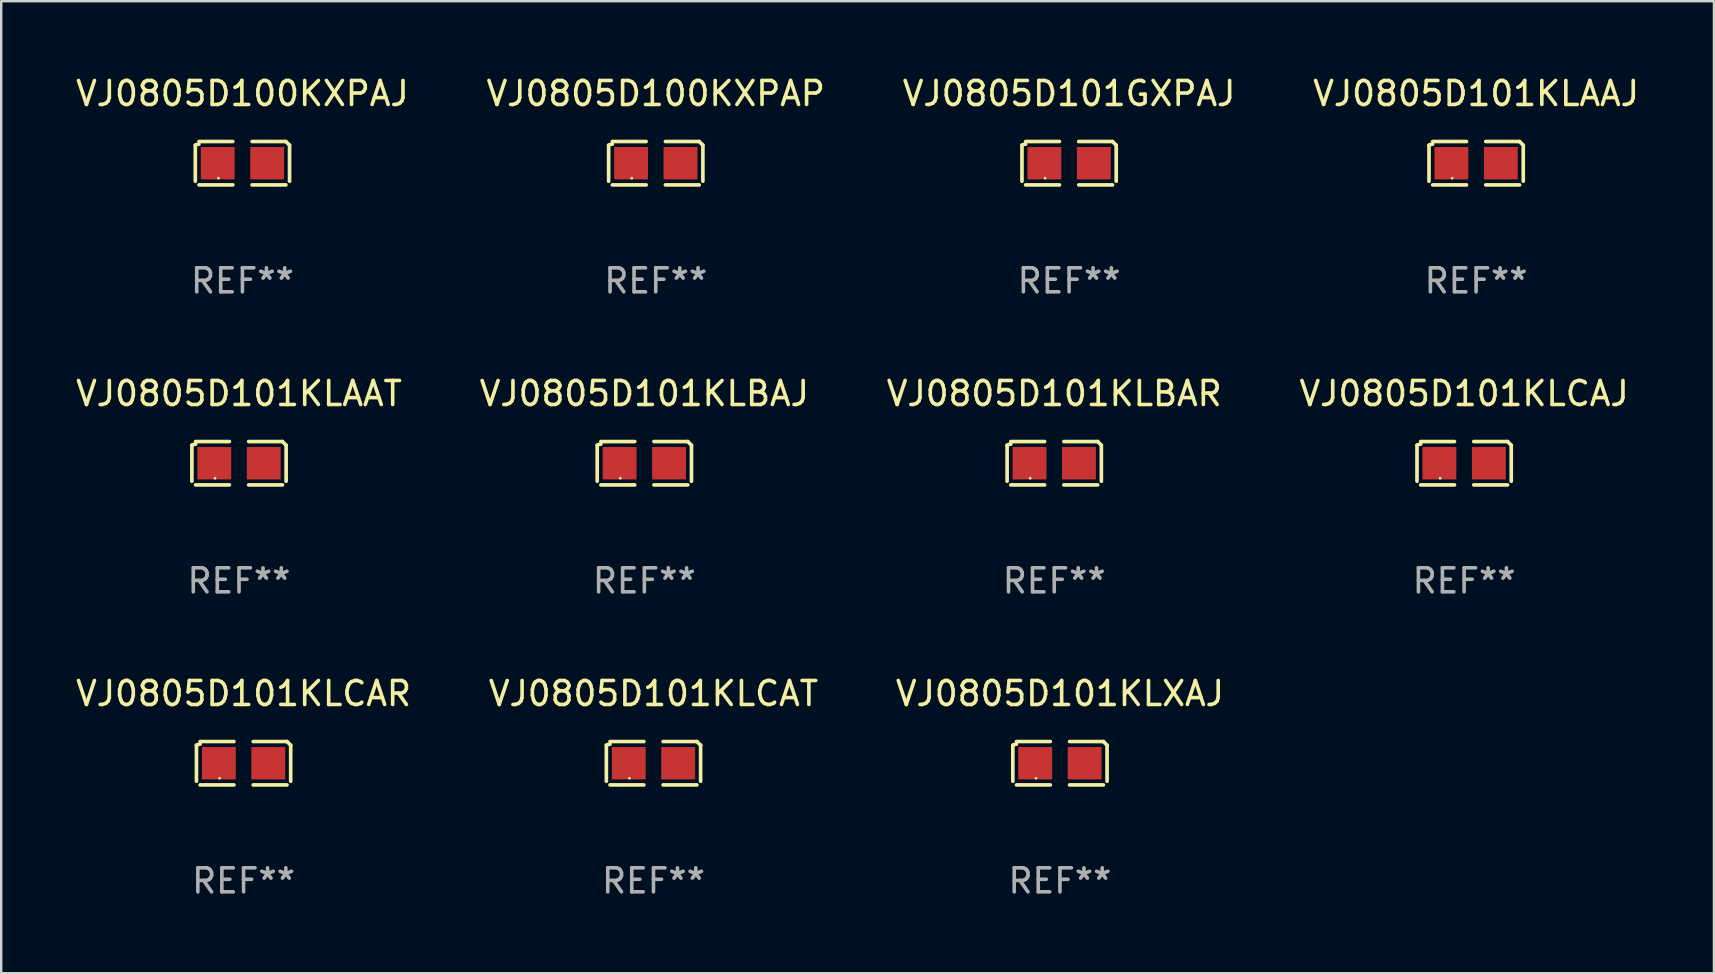
<source format=kicad_pcb>
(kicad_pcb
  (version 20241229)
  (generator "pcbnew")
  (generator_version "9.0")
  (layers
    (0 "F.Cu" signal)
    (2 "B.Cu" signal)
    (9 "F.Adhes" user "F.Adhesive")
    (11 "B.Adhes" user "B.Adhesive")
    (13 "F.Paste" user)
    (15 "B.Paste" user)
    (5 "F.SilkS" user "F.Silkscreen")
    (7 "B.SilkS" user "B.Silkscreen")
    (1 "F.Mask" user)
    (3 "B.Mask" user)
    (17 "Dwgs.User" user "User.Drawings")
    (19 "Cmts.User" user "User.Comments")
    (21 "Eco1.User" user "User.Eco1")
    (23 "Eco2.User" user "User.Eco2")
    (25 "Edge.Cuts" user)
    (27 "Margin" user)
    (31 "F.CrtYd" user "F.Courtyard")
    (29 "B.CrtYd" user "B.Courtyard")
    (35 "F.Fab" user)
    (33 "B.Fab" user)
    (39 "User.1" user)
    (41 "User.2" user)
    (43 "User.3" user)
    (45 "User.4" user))
  (footprint "VJ0805D101KLCAR"
    (layer "F.Cu")
    (at 7.101 28.759)
    (property "Reference" "VJ0805D101KLCAR" (at 0 -2.904 0) (layer "F.SilkS") (effects (font (size 1 1) (thickness 0.15))))
    (attr through_hole)
    (fp_line (start -1.964 0.751) (end -1.964 -0.751) (stroke (width 0.152) (type solid)) (layer "F.SilkS"))
    (fp_line (start -1.811 -0.904) (end -0.401 -0.904) (stroke (width 0.152) (type solid)) (layer "F.SilkS"))
    (fp_line (start -0.401 0.904) (end -1.811 0.904) (stroke (width 0.152) (type solid)) (layer "F.SilkS"))
    (fp_line (start 0.401 0.904) (end 1.811 0.904) (stroke (width 0.152) (type solid)) (layer "F.SilkS"))
    (fp_line (start 1.811 -0.904) (end 0.401 -0.904) (stroke (width 0.152) (type solid)) (layer "F.SilkS"))
    (fp_line (start 1.964 0.751) (end 1.964 -0.751) (stroke (width 0.152) (type solid)) (layer "F.SilkS"))
    (fp_arc (start -1.963602 -0.751207) (mid -1.890354 -0.783131) (end -1.811201 -0.794044) (stroke (width 0.1524) (type solid)) (layer "F.SilkS"))
    (fp_arc (start 1.811202 -0.903607) (mid 1.887413 -0.827418) (end 1.963602 -0.751207) (stroke (width 0.1524) (type solid)) (layer "F.SilkS"))
    (fp_circle (center -1 0.625) (end -0.97 0.625) (stroke (width 0.06) (type solid)) (fill no) (layer "F.SilkS"))
    (fp_text user "REF**" (at 0 4.904 0) (layer "F.Fab") (effects (font (size 1 1) (thickness 0.15))))
    (pad "1" smd rect (at -1.03 0) (size 1.41 1.35) (layers "F.Cu" "F.Mask" "F.Paste"))
    (pad "2" smd rect (at 1.03 0) (size 1.41 1.35) (layers "F.Cu" "F.Mask" "F.Paste")))
  (footprint "VJ0805D101KLCAJ"
    (layer "F.Cu")
    (at 57.97 16.256)
    (property "Reference" "VJ0805D101KLCAJ" (at 0 -2.904 0) (layer "F.SilkS") (effects (font (size 1 1) (thickness 0.15))))
    (attr through_hole)
    (fp_line (start -1.964 0.751) (end -1.964 -0.751) (stroke (width 0.152) (type solid)) (layer "F.SilkS"))
    (fp_line (start -1.811 -0.904) (end -0.401 -0.904) (stroke (width 0.152) (type solid)) (layer "F.SilkS"))
    (fp_line (start -0.401 0.904) (end -1.811 0.904) (stroke (width 0.152) (type solid)) (layer "F.SilkS"))
    (fp_line (start 0.401 0.904) (end 1.811 0.904) (stroke (width 0.152) (type solid)) (layer "F.SilkS"))
    (fp_line (start 1.811 -0.904) (end 0.401 -0.904) (stroke (width 0.152) (type solid)) (layer "F.SilkS"))
    (fp_line (start 1.964 0.751) (end 1.964 -0.751) (stroke (width 0.152) (type solid)) (layer "F.SilkS"))
    (fp_arc (start -1.963602 -0.751207) (mid -1.890354 -0.783131) (end -1.811201 -0.794044) (stroke (width 0.1524) (type solid)) (layer "F.SilkS"))
    (fp_arc (start 1.811202 -0.903607) (mid 1.887413 -0.827418) (end 1.963602 -0.751207) (stroke (width 0.1524) (type solid)) (layer "F.SilkS"))
    (fp_circle (center -1 0.625) (end -0.97 0.625) (stroke (width 0.06) (type solid)) (fill no) (layer "F.SilkS"))
    (fp_text user "REF**" (at 0 4.904 0) (layer "F.Fab") (effects (font (size 1 1) (thickness 0.15))))
    (pad "1" smd rect (at -1.03 0) (size 1.41 1.35) (layers "F.Cu" "F.Mask" "F.Paste"))
    (pad "2" smd rect (at 1.03 0) (size 1.41 1.35) (layers "F.Cu" "F.Mask" "F.Paste")))
  (footprint "VJ0805D100KXPAJ"
    (layer "F.Cu")
    (at 7.054 3.752)
    (property "Reference" "VJ0805D100KXPAJ" (at 0 -2.904 0) (layer "F.SilkS") (effects (font (size 1 1) (thickness 0.15))))
    (attr through_hole)
    (fp_line (start -1.964 0.751) (end -1.964 -0.751) (stroke (width 0.152) (type solid)) (layer "F.SilkS"))
    (fp_line (start -1.811 -0.904) (end -0.401 -0.904) (stroke (width 0.152) (type solid)) (layer "F.SilkS"))
    (fp_line (start -0.401 0.904) (end -1.811 0.904) (stroke (width 0.152) (type solid)) (layer "F.SilkS"))
    (fp_line (start 0.401 0.904) (end 1.811 0.904) (stroke (width 0.152) (type solid)) (layer "F.SilkS"))
    (fp_line (start 1.811 -0.904) (end 0.401 -0.904) (stroke (width 0.152) (type solid)) (layer "F.SilkS"))
    (fp_line (start 1.964 0.751) (end 1.964 -0.751) (stroke (width 0.152) (type solid)) (layer "F.SilkS"))
    (fp_arc (start -1.963602 -0.751207) (mid -1.890354 -0.783131) (end -1.811201 -0.794044) (stroke (width 0.1524) (type solid)) (layer "F.SilkS"))
    (fp_arc (start 1.811202 -0.903607) (mid 1.887413 -0.827418) (end 1.963602 -0.751207) (stroke (width 0.1524) (type solid)) (layer "F.SilkS"))
    (fp_circle (center -1 0.625) (end -0.97 0.625) (stroke (width 0.06) (type solid)) (fill no) (layer "F.SilkS"))
    (fp_text user "REF**" (at 0 4.904 0) (layer "F.Fab") (effects (font (size 1 1) (thickness 0.15))))
    (pad "1" smd rect (at -1.03 0) (size 1.41 1.35) (layers "F.Cu" "F.Mask" "F.Paste"))
    (pad "2" smd rect (at 1.03 0) (size 1.41 1.35) (layers "F.Cu" "F.Mask" "F.Paste")))
  (footprint "VJ0805D101KLAAT"
    (layer "F.Cu")
    (at 6.911 16.256)
    (property "Reference" "VJ0805D101KLAAT" (at 0 -2.904 0) (layer "F.SilkS") (effects (font (size 1 1) (thickness 0.15))))
    (attr through_hole)
    (fp_line (start -1.964 0.751) (end -1.964 -0.751) (stroke (width 0.152) (type solid)) (layer "F.SilkS"))
    (fp_line (start -1.811 -0.904) (end -0.401 -0.904) (stroke (width 0.152) (type solid)) (layer "F.SilkS"))
    (fp_line (start -0.401 0.904) (end -1.811 0.904) (stroke (width 0.152) (type solid)) (layer "F.SilkS"))
    (fp_line (start 0.401 0.904) (end 1.811 0.904) (stroke (width 0.152) (type solid)) (layer "F.SilkS"))
    (fp_line (start 1.811 -0.904) (end 0.401 -0.904) (stroke (width 0.152) (type solid)) (layer "F.SilkS"))
    (fp_line (start 1.964 0.751) (end 1.964 -0.751) (stroke (width 0.152) (type solid)) (layer "F.SilkS"))
    (fp_arc (start -1.963602 -0.751207) (mid -1.890354 -0.783131) (end -1.811201 -0.794044) (stroke (width 0.1524) (type solid)) (layer "F.SilkS"))
    (fp_arc (start 1.811202 -0.903607) (mid 1.887413 -0.827418) (end 1.963602 -0.751207) (stroke (width 0.1524) (type solid)) (layer "F.SilkS"))
    (fp_circle (center -1 0.625) (end -0.97 0.625) (stroke (width 0.06) (type solid)) (fill no) (layer "F.SilkS"))
    (fp_text user "REF**" (at 0 4.904 0) (layer "F.Fab") (effects (font (size 1 1) (thickness 0.15))))
    (pad "1" smd rect (at -1.03 0) (size 1.41 1.35) (layers "F.Cu" "F.Mask" "F.Paste"))
    (pad "2" smd rect (at 1.03 0) (size 1.41 1.35) (layers "F.Cu" "F.Mask" "F.Paste")))
  (footprint "VJ0805D101GXPAJ"
    (layer "F.Cu")
    (at 41.506 3.752)
    (property "Reference" "VJ0805D101GXPAJ" (at 0 -2.904 0) (layer "F.SilkS") (effects (font (size 1 1) (thickness 0.15))))
    (attr through_hole)
    (fp_line (start -1.964 0.751) (end -1.964 -0.751) (stroke (width 0.152) (type solid)) (layer "F.SilkS"))
    (fp_line (start -1.811 -0.904) (end -0.401 -0.904) (stroke (width 0.152) (type solid)) (layer "F.SilkS"))
    (fp_line (start -0.401 0.904) (end -1.811 0.904) (stroke (width 0.152) (type solid)) (layer "F.SilkS"))
    (fp_line (start 0.401 0.904) (end 1.811 0.904) (stroke (width 0.152) (type solid)) (layer "F.SilkS"))
    (fp_line (start 1.811 -0.904) (end 0.401 -0.904) (stroke (width 0.152) (type solid)) (layer "F.SilkS"))
    (fp_line (start 1.964 0.751) (end 1.964 -0.751) (stroke (width 0.152) (type solid)) (layer "F.SilkS"))
    (fp_arc (start -1.963602 -0.751207) (mid -1.890354 -0.783131) (end -1.811201 -0.794044) (stroke (width 0.1524) (type solid)) (layer "F.SilkS"))
    (fp_arc (start 1.811202 -0.903607) (mid 1.887413 -0.827418) (end 1.963602 -0.751207) (stroke (width 0.1524) (type solid)) (layer "F.SilkS"))
    (fp_circle (center -1 0.625) (end -0.97 0.625) (stroke (width 0.06) (type solid)) (fill no) (layer "F.SilkS"))
    (fp_text user "REF**" (at 0 4.904 0) (layer "F.Fab") (effects (font (size 1 1) (thickness 0.15))))
    (pad "1" smd rect (at -1.03 0) (size 1.41 1.35) (layers "F.Cu" "F.Mask" "F.Paste"))
    (pad "2" smd rect (at 1.03 0) (size 1.41 1.35) (layers "F.Cu" "F.Mask" "F.Paste")))
  (footprint "VJ0805D101KLBAJ"
    (layer "F.Cu")
    (at 23.804 16.256)
    (property "Reference" "VJ0805D101KLBAJ" (at 0 -2.904 0) (layer "F.SilkS") (effects (font (size 1 1) (thickness 0.15))))
    (attr through_hole)
    (fp_line (start -1.964 0.751) (end -1.964 -0.751) (stroke (width 0.152) (type solid)) (layer "F.SilkS"))
    (fp_line (start -1.811 -0.904) (end -0.401 -0.904) (stroke (width 0.152) (type solid)) (layer "F.SilkS"))
    (fp_line (start -0.401 0.904) (end -1.811 0.904) (stroke (width 0.152) (type solid)) (layer "F.SilkS"))
    (fp_line (start 0.401 0.904) (end 1.811 0.904) (stroke (width 0.152) (type solid)) (layer "F.SilkS"))
    (fp_line (start 1.811 -0.904) (end 0.401 -0.904) (stroke (width 0.152) (type solid)) (layer "F.SilkS"))
    (fp_line (start 1.964 0.751) (end 1.964 -0.751) (stroke (width 0.152) (type solid)) (layer "F.SilkS"))
    (fp_arc (start -1.963602 -0.751207) (mid -1.890354 -0.783131) (end -1.811201 -0.794044) (stroke (width 0.1524) (type solid)) (layer "F.SilkS"))
    (fp_arc (start 1.811202 -0.903607) (mid 1.887413 -0.827418) (end 1.963602 -0.751207) (stroke (width 0.1524) (type solid)) (layer "F.SilkS"))
    (fp_circle (center -1 0.625) (end -0.97 0.625) (stroke (width 0.06) (type solid)) (fill no) (layer "F.SilkS"))
    (fp_text user "REF**" (at 0 4.904 0) (layer "F.Fab") (effects (font (size 1 1) (thickness 0.15))))
    (pad "1" smd rect (at -1.03 0) (size 1.41 1.35) (layers "F.Cu" "F.Mask" "F.Paste"))
    (pad "2" smd rect (at 1.03 0) (size 1.41 1.35) (layers "F.Cu" "F.Mask" "F.Paste")))
  (footprint "VJ0805D101KLAAJ"
    (layer "F.Cu")
    (at 58.47 3.752)
    (property "Reference" "VJ0805D101KLAAJ" (at 0 -2.904 0) (layer "F.SilkS") (effects (font (size 1 1) (thickness 0.15))))
    (attr through_hole)
    (fp_line (start -1.964 0.751) (end -1.964 -0.751) (stroke (width 0.152) (type solid)) (layer "F.SilkS"))
    (fp_line (start -1.811 -0.904) (end -0.401 -0.904) (stroke (width 0.152) (type solid)) (layer "F.SilkS"))
    (fp_line (start -0.401 0.904) (end -1.811 0.904) (stroke (width 0.152) (type solid)) (layer "F.SilkS"))
    (fp_line (start 0.401 0.904) (end 1.811 0.904) (stroke (width 0.152) (type solid)) (layer "F.SilkS"))
    (fp_line (start 1.811 -0.904) (end 0.401 -0.904) (stroke (width 0.152) (type solid)) (layer "F.SilkS"))
    (fp_line (start 1.964 0.751) (end 1.964 -0.751) (stroke (width 0.152) (type solid)) (layer "F.SilkS"))
    (fp_arc (start -1.963602 -0.751207) (mid -1.890354 -0.783131) (end -1.811201 -0.794044) (stroke (width 0.1524) (type solid)) (layer "F.SilkS"))
    (fp_arc (start 1.811202 -0.903607) (mid 1.887413 -0.827418) (end 1.963602 -0.751207) (stroke (width 0.1524) (type solid)) (layer "F.SilkS"))
    (fp_circle (center -1 0.625) (end -0.97 0.625) (stroke (width 0.06) (type solid)) (fill no) (layer "F.SilkS"))
    (fp_text user "REF**" (at 0 4.904 0) (layer "F.Fab") (effects (font (size 1 1) (thickness 0.15))))
    (pad "1" smd rect (at -1.03 0) (size 1.41 1.35) (layers "F.Cu" "F.Mask" "F.Paste"))
    (pad "2" smd rect (at 1.03 0) (size 1.41 1.35) (layers "F.Cu" "F.Mask" "F.Paste")))
  (footprint "VJ0805D101KLCAT"
    (layer "F.Cu")
    (at 24.185 28.759)
    (property "Reference" "VJ0805D101KLCAT" (at 0 -2.904 0) (layer "F.SilkS") (effects (font (size 1 1) (thickness 0.15))))
    (attr through_hole)
    (fp_line (start -1.964 0.751) (end -1.964 -0.751) (stroke (width 0.152) (type solid)) (layer "F.SilkS"))
    (fp_line (start -1.811 -0.904) (end -0.401 -0.904) (stroke (width 0.152) (type solid)) (layer "F.SilkS"))
    (fp_line (start -0.401 0.904) (end -1.811 0.904) (stroke (width 0.152) (type solid)) (layer "F.SilkS"))
    (fp_line (start 0.401 0.904) (end 1.811 0.904) (stroke (width 0.152) (type solid)) (layer "F.SilkS"))
    (fp_line (start 1.811 -0.904) (end 0.401 -0.904) (stroke (width 0.152) (type solid)) (layer "F.SilkS"))
    (fp_line (start 1.964 0.751) (end 1.964 -0.751) (stroke (width 0.152) (type solid)) (layer "F.SilkS"))
    (fp_arc (start -1.963602 -0.751207) (mid -1.890354 -0.783131) (end -1.811201 -0.794044) (stroke (width 0.1524) (type solid)) (layer "F.SilkS"))
    (fp_arc (start 1.811202 -0.903607) (mid 1.887413 -0.827418) (end 1.963602 -0.751207) (stroke (width 0.1524) (type solid)) (layer "F.SilkS"))
    (fp_circle (center -1 0.625) (end -0.97 0.625) (stroke (width 0.06) (type solid)) (fill no) (layer "F.SilkS"))
    (fp_text user "REF**" (at 0 4.904 0) (layer "F.Fab") (effects (font (size 1 1) (thickness 0.15))))
    (pad "1" smd rect (at -1.03 0) (size 1.41 1.35) (layers "F.Cu" "F.Mask" "F.Paste"))
    (pad "2" smd rect (at 1.03 0) (size 1.41 1.35) (layers "F.Cu" "F.Mask" "F.Paste")))
  (footprint "VJ0805D101KLXAJ"
    (layer "F.Cu")
    (at 41.125 28.759)
    (property "Reference" "VJ0805D101KLXAJ" (at 0 -2.904 0) (layer "F.SilkS") (effects (font (size 1 1) (thickness 0.15))))
    (attr through_hole)
    (fp_line (start -1.964 0.751) (end -1.964 -0.751) (stroke (width 0.152) (type solid)) (layer "F.SilkS"))
    (fp_line (start -1.811 -0.904) (end -0.401 -0.904) (stroke (width 0.152) (type solid)) (layer "F.SilkS"))
    (fp_line (start -0.401 0.904) (end -1.811 0.904) (stroke (width 0.152) (type solid)) (layer "F.SilkS"))
    (fp_line (start 0.401 0.904) (end 1.811 0.904) (stroke (width 0.152) (type solid)) (layer "F.SilkS"))
    (fp_line (start 1.811 -0.904) (end 0.401 -0.904) (stroke (width 0.152) (type solid)) (layer "F.SilkS"))
    (fp_line (start 1.964 0.751) (end 1.964 -0.751) (stroke (width 0.152) (type solid)) (layer "F.SilkS"))
    (fp_arc (start -1.963602 -0.751207) (mid -1.890354 -0.783131) (end -1.811201 -0.794044) (stroke (width 0.1524) (type solid)) (layer "F.SilkS"))
    (fp_arc (start 1.811202 -0.903607) (mid 1.887413 -0.827418) (end 1.963602 -0.751207) (stroke (width 0.1524) (type solid)) (layer "F.SilkS"))
    (fp_circle (center -1 0.625) (end -0.97 0.625) (stroke (width 0.06) (type solid)) (fill no) (layer "F.SilkS"))
    (fp_text user "REF**" (at 0 4.904 0) (layer "F.Fab") (effects (font (size 1 1) (thickness 0.15))))
    (pad "1" smd rect (at -1.03 0) (size 1.41 1.35) (layers "F.Cu" "F.Mask" "F.Paste"))
    (pad "2" smd rect (at 1.03 0) (size 1.41 1.35) (layers "F.Cu" "F.Mask" "F.Paste")))
  (footprint "VJ0805D100KXPAP"
    (layer "F.Cu")
    (at 24.28 3.752)
    (property "Reference" "VJ0805D100KXPAP" (at 0 -2.904 0) (layer "F.SilkS") (effects (font (size 1 1) (thickness 0.15))))
    (attr through_hole)
    (fp_line (start -1.964 0.751) (end -1.964 -0.751) (stroke (width 0.152) (type solid)) (layer "F.SilkS"))
    (fp_line (start -1.811 -0.904) (end -0.401 -0.904) (stroke (width 0.152) (type solid)) (layer "F.SilkS"))
    (fp_line (start -0.401 0.904) (end -1.811 0.904) (stroke (width 0.152) (type solid)) (layer "F.SilkS"))
    (fp_line (start 0.401 0.904) (end 1.811 0.904) (stroke (width 0.152) (type solid)) (layer "F.SilkS"))
    (fp_line (start 1.811 -0.904) (end 0.401 -0.904) (stroke (width 0.152) (type solid)) (layer "F.SilkS"))
    (fp_line (start 1.964 0.751) (end 1.964 -0.751) (stroke (width 0.152) (type solid)) (layer "F.SilkS"))
    (fp_arc (start -1.963602 -0.751207) (mid -1.890354 -0.783131) (end -1.811201 -0.794044) (stroke (width 0.1524) (type solid)) (layer "F.SilkS"))
    (fp_arc (start 1.811202 -0.903607) (mid 1.887413 -0.827418) (end 1.963602 -0.751207) (stroke (width 0.1524) (type solid)) (layer "F.SilkS"))
    (fp_circle (center -1 0.625) (end -0.97 0.625) (stroke (width 0.06) (type solid)) (fill no) (layer "F.SilkS"))
    (fp_text user "REF**" (at 0 4.904 0) (layer "F.Fab") (effects (font (size 1 1) (thickness 0.15))))
    (pad "1" smd rect (at -1.03 0) (size 1.41 1.35) (layers "F.Cu" "F.Mask" "F.Paste"))
    (pad "2" smd rect (at 1.03 0) (size 1.41 1.35) (layers "F.Cu" "F.Mask" "F.Paste")))
  (footprint "VJ0805D101KLBAR"
    (layer "F.Cu")
    (at 40.887 16.256)
    (property "Reference" "VJ0805D101KLBAR" (at 0 -2.904 0) (layer "F.SilkS") (effects (font (size 1 1) (thickness 0.15))))
    (attr through_hole)
    (fp_line (start -1.964 0.751) (end -1.964 -0.751) (stroke (width 0.152) (type solid)) (layer "F.SilkS"))
    (fp_line (start -1.811 -0.904) (end -0.401 -0.904) (stroke (width 0.152) (type solid)) (layer "F.SilkS"))
    (fp_line (start -0.401 0.904) (end -1.811 0.904) (stroke (width 0.152) (type solid)) (layer "F.SilkS"))
    (fp_line (start 0.401 0.904) (end 1.811 0.904) (stroke (width 0.152) (type solid)) (layer "F.SilkS"))
    (fp_line (start 1.811 -0.904) (end 0.401 -0.904) (stroke (width 0.152) (type solid)) (layer "F.SilkS"))
    (fp_line (start 1.964 0.751) (end 1.964 -0.751) (stroke (width 0.152) (type solid)) (layer "F.SilkS"))
    (fp_arc (start -1.963602 -0.751207) (mid -1.890354 -0.783131) (end -1.811201 -0.794044) (stroke (width 0.1524) (type solid)) (layer "F.SilkS"))
    (fp_arc (start 1.811202 -0.903607) (mid 1.887413 -0.827418) (end 1.963602 -0.751207) (stroke (width 0.1524) (type solid)) (layer "F.SilkS"))
    (fp_circle (center -1 0.625) (end -0.97 0.625) (stroke (width 0.06) (type solid)) (fill no) (layer "F.SilkS"))
    (fp_text user "REF**" (at 0 4.904 0) (layer "F.Fab") (effects (font (size 1 1) (thickness 0.15))))
    (pad "1" smd rect (at -1.03 0) (size 1.41 1.35) (layers "F.Cu" "F.Mask" "F.Paste"))
    (pad "2" smd rect (at 1.03 0) (size 1.41 1.35) (layers "F.Cu" "F.Mask" "F.Paste")))
  (gr_rect
    (start -3 -3)
    (end 68.381 37.511)
    (stroke (width 0.1) (type default))
    (fill no)
    (layer "Edge.Cuts")))
</source>
